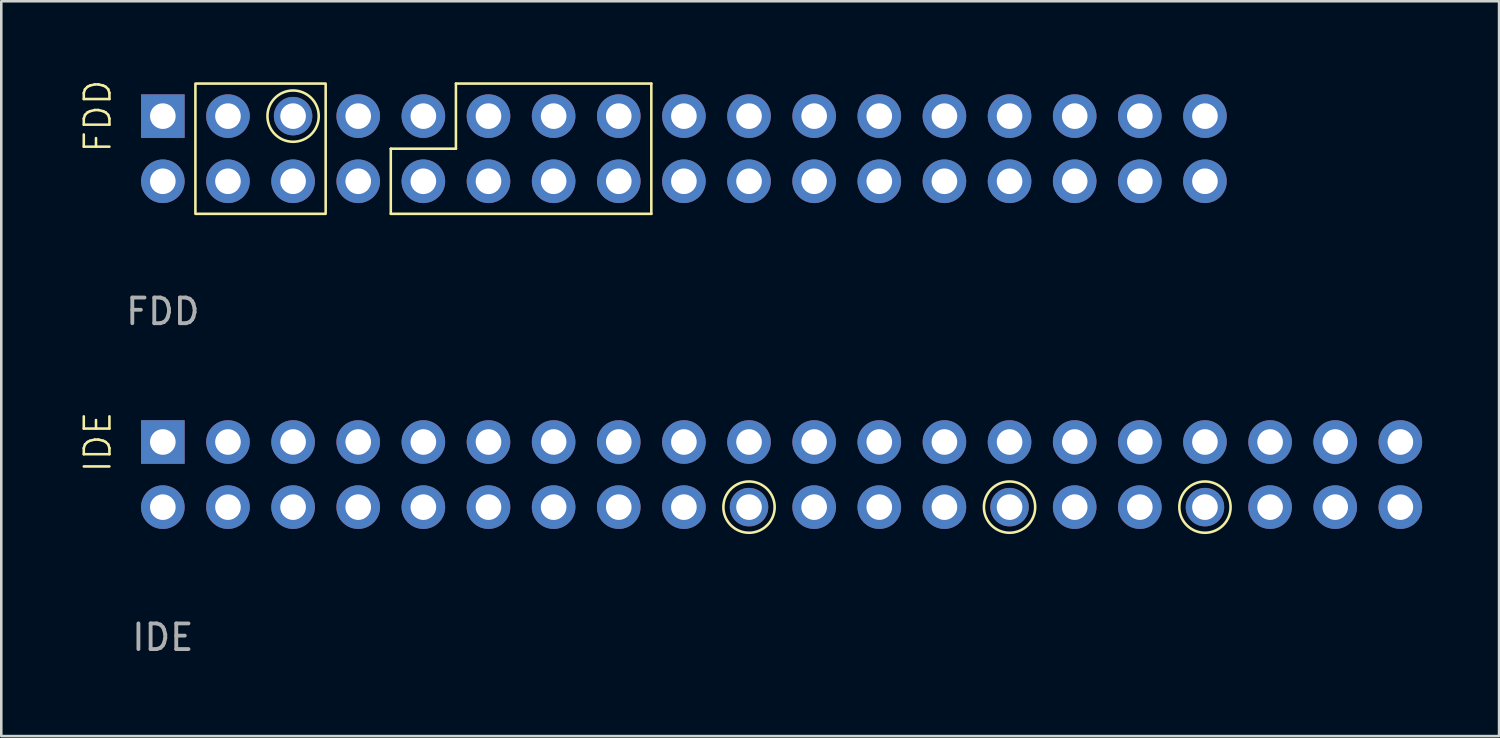
<source format=kicad_pcb>
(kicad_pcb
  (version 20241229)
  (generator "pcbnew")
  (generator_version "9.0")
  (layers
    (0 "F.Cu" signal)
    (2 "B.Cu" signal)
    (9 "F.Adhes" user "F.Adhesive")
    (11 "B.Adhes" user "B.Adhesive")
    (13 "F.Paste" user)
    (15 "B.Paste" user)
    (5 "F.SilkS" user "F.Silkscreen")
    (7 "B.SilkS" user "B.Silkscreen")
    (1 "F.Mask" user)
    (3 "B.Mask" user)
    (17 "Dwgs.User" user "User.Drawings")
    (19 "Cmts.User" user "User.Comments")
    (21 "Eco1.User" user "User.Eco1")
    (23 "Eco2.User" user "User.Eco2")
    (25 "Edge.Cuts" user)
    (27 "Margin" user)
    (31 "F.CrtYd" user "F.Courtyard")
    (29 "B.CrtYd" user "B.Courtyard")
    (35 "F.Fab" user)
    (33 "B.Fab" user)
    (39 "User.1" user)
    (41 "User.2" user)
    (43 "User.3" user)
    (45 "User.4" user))
  (footprint "IDE"
    (layer "F.Cu")
    (at 3.3 14.187)
    (property "Reference" "IDE" (at -2.54 0 90) (unlocked yes) (layer "F.SilkS") (effects (font (size 1 1) (thickness 0.1))))
    (attr through_hole)
    (fp_circle (center 22.86 2.54) (end 23.86 2.54) (stroke (width 0.1) (type default)) (fill no) (layer "F.SilkS"))
    (fp_circle (center 33.02 2.54) (end 34.02 2.54) (stroke (width 0.1) (type default)) (fill no) (layer "F.SilkS"))
    (fp_circle (center 40.64 2.54) (end 41.64 2.54) (stroke (width 0.1) (type default)) (fill no) (layer "F.SilkS"))
    (fp_text user "${REFERENCE}" (at 0 7.62 0) (unlocked yes) (layer "F.Fab") (effects (font (size 1 1) (thickness 0.15))))
    (pad "1" thru_hole rect (at 0 0) (size 1.7 1.7) (drill 1) (layers "*.Cu" "*.Mask"))
    (pad "2" thru_hole circle (at 0 2.54) (size 1.7 1.7) (drill 1) (layers "*.Cu" "*.Mask"))
    (pad "3" thru_hole circle (at 2.54 0) (size 1.7 1.7) (drill 1) (layers "*.Cu" "*.Mask"))
    (pad "4" thru_hole circle (at 2.54 2.54) (size 1.7 1.7) (drill 1) (layers "*.Cu" "*.Mask"))
    (pad "5" thru_hole circle (at 5.08 0) (size 1.7 1.7) (drill 1) (layers "*.Cu" "*.Mask"))
    (pad "6" thru_hole circle (at 5.08 2.54) (size 1.7 1.7) (drill 1) (layers "*.Cu" "*.Mask"))
    (pad "7" thru_hole circle (at 7.62 0) (size 1.7 1.7) (drill 1) (layers "*.Cu" "*.Mask"))
    (pad "8" thru_hole circle (at 7.62 2.54) (size 1.7 1.7) (drill 1) (layers "*.Cu" "*.Mask"))
    (pad "9" thru_hole circle (at 10.16 0) (size 1.7 1.7) (drill 1) (layers "*.Cu" "*.Mask"))
    (pad "10" thru_hole circle (at 10.16 2.54) (size 1.7 1.7) (drill 1) (layers "*.Cu" "*.Mask"))
    (pad "11" thru_hole circle (at 12.7 0) (size 1.7 1.7) (drill 1) (layers "*.Cu" "*.Mask"))
    (pad "12" thru_hole circle (at 12.7 2.54) (size 1.7 1.7) (drill 1) (layers "*.Cu" "*.Mask"))
    (pad "13" thru_hole circle (at 15.24 0) (size 1.7 1.7) (drill 1) (layers "*.Cu" "*.Mask"))
    (pad "14" thru_hole circle (at 15.24 2.54) (size 1.7 1.7) (drill 1) (layers "*.Cu" "*.Mask"))
    (pad "15" thru_hole circle (at 17.78 0) (size 1.7 1.7) (drill 1) (layers "*.Cu" "*.Mask"))
    (pad "16" thru_hole circle (at 17.78 2.54) (size 1.7 1.7) (drill 1) (layers "*.Cu" "*.Mask"))
    (pad "17" thru_hole circle (at 20.32 0) (size 1.7 1.7) (drill 1) (layers "*.Cu" "*.Mask"))
    (pad "18" thru_hole circle (at 20.32 2.54) (size 1.7 1.7) (drill 1) (layers "*.Cu" "*.Mask"))
    (pad "19" thru_hole circle (at 22.86 0) (size 1.7 1.7) (drill 1) (layers "*.Cu" "*.Mask"))
    (pad "20" thru_hole circle (at 22.86 2.54) (size 1.5 1.5) (drill 1) (layers "*.Cu" "*.Mask"))
    (pad "21" thru_hole circle (at 25.4 0) (size 1.7 1.7) (drill 1) (layers "*.Cu" "*.Mask"))
    (pad "22" thru_hole circle (at 25.4 2.54) (size 1.7 1.7) (drill 1) (layers "*.Cu" "*.Mask"))
    (pad "23" thru_hole circle (at 27.94 0) (size 1.7 1.7) (drill 1) (layers "*.Cu" "*.Mask"))
    (pad "24" thru_hole circle (at 27.94 2.54) (size 1.7 1.7) (drill 1) (layers "*.Cu" "*.Mask"))
    (pad "25" thru_hole circle (at 30.48 0) (size 1.7 1.7) (drill 1) (layers "*.Cu" "*.Mask"))
    (pad "26" thru_hole circle (at 30.48 2.54) (size 1.7 1.7) (drill 1) (layers "*.Cu" "*.Mask"))
    (pad "27" thru_hole circle (at 33.02 0) (size 1.7 1.7) (drill 1) (layers "*.Cu" "*.Mask"))
    (pad "28" thru_hole circle (at 33.02 2.54) (size 1.5 1.5) (drill 1) (layers "*.Cu" "*.Mask"))
    (pad "29" thru_hole circle (at 35.56 0) (size 1.7 1.7) (drill 1) (layers "*.Cu" "*.Mask"))
    (pad "30" thru_hole circle (at 35.56 2.54) (size 1.7 1.7) (drill 1) (layers "*.Cu" "*.Mask"))
    (pad "31" thru_hole circle (at 38.1 0) (size 1.7 1.7) (drill 1) (layers "*.Cu" "*.Mask"))
    (pad "32" thru_hole circle (at 38.1 2.54) (size 1.7 1.7) (drill 1) (layers "*.Cu" "*.Mask"))
    (pad "33" thru_hole circle (at 40.64 0) (size 1.7 1.7) (drill 1) (layers "*.Cu" "*.Mask"))
    (pad "34" thru_hole circle (at 40.64 2.54) (size 1.5 1.5) (drill 1) (layers "*.Cu" "*.Mask"))
    (pad "35" thru_hole circle (at 43.18 0) (size 1.7 1.7) (drill 1) (layers "*.Cu" "*.Mask"))
    (pad "36" thru_hole circle (at 43.18 2.54) (size 1.7 1.7) (drill 1) (layers "*.Cu" "*.Mask"))
    (pad "37" thru_hole circle (at 45.72 0) (size 1.7 1.7) (drill 1) (layers "*.Cu" "*.Mask"))
    (pad "38" thru_hole circle (at 45.72 2.54) (size 1.7 1.7) (drill 1) (layers "*.Cu" "*.Mask"))
    (pad "39" thru_hole circle (at 48.26 0) (size 1.7 1.7) (drill 1) (layers "*.Cu" "*.Mask"))
    (pad "40" thru_hole circle (at 48.26 2.54) (size 1.7 1.7) (drill 1) (layers "*.Cu" "*.Mask")))
  (footprint "FDD"
    (layer "F.Cu")
    (at 3.3 1.479)
    (property "Reference" "FDD" (at -2.54 0 90) (unlocked yes) (layer "F.SilkS") (effects (font (size 1 1) (thickness 0.1))))
    (attr through_hole)
    (fp_line (start 8.89 1.27) (end 8.89 3.81) (stroke (width 0.1) (type default)) (layer "F.SilkS"))
    (fp_line (start 8.89 3.81) (end 19.05 3.81) (stroke (width 0.1) (type default)) (layer "F.SilkS"))
    (fp_line (start 11.43 -1.27) (end 11.43 1.27) (stroke (width 0.1) (type default)) (layer "F.SilkS"))
    (fp_line (start 11.43 1.27) (end 8.89 1.27) (stroke (width 0.1) (type default)) (layer "F.SilkS"))
    (fp_line (start 19.05 -1.27) (end 11.43 -1.27) (stroke (width 0.1) (type default)) (layer "F.SilkS"))
    (fp_line (start 19.05 3.81) (end 19.05 -1.27) (stroke (width 0.1) (type default)) (layer "F.SilkS"))
    (fp_rect (start 1.27 -1.27) (end 6.35 3.81) (stroke (width 0.1) (type default)) (fill no) (layer "F.SilkS"))
    (fp_circle (center 5.08 0) (end 6.08 0) (stroke (width 0.1) (type default)) (fill no) (layer "F.SilkS"))
    (fp_text user "${REFERENCE}" (at 0 7.62 0) (unlocked yes) (layer "F.Fab") (effects (font (size 1 1) (thickness 0.15))))
    (pad "1" thru_hole rect (at 0 0) (size 1.7 1.7) (drill 1) (layers "*.Cu" "*.Mask"))
    (pad "2" thru_hole circle (at 0 2.54) (size 1.7 1.7) (drill 1) (layers "*.Cu" "*.Mask"))
    (pad "3" thru_hole circle (at 2.54 0) (size 1.7 1.7) (drill 1) (layers "*.Cu" "*.Mask"))
    (pad "4" thru_hole circle (at 2.54 2.54) (size 1.7 1.7) (drill 1) (layers "*.Cu" "*.Mask"))
    (pad "5" thru_hole circle (at 5.08 0) (size 1.5 1.5) (drill 1) (layers "*.Cu" "*.Mask"))
    (pad "6" thru_hole circle (at 5.08 2.54) (size 1.7 1.7) (drill 1) (layers "*.Cu" "*.Mask"))
    (pad "7" thru_hole circle (at 7.62 0) (size 1.7 1.7) (drill 1) (layers "*.Cu" "*.Mask"))
    (pad "8" thru_hole circle (at 7.62 2.54) (size 1.7 1.7) (drill 1) (layers "*.Cu" "*.Mask"))
    (pad "9" thru_hole circle (at 10.16 0) (size 1.7 1.7) (drill 1) (layers "*.Cu" "*.Mask"))
    (pad "10" thru_hole circle (at 10.16 2.54) (size 1.7 1.7) (drill 1) (layers "*.Cu" "*.Mask"))
    (pad "11" thru_hole circle (at 12.7 0) (size 1.7 1.7) (drill 1) (layers "*.Cu" "*.Mask"))
    (pad "12" thru_hole circle (at 12.7 2.54) (size 1.7 1.7) (drill 1) (layers "*.Cu" "*.Mask"))
    (pad "13" thru_hole circle (at 15.24 0) (size 1.7 1.7) (drill 1) (layers "*.Cu" "*.Mask"))
    (pad "14" thru_hole circle (at 15.24 2.54) (size 1.7 1.7) (drill 1) (layers "*.Cu" "*.Mask"))
    (pad "15" thru_hole circle (at 17.78 0) (size 1.7 1.7) (drill 1) (layers "*.Cu" "*.Mask"))
    (pad "16" thru_hole circle (at 17.78 2.54) (size 1.7 1.7) (drill 1) (layers "*.Cu" "*.Mask"))
    (pad "17" thru_hole circle (at 20.32 0) (size 1.7 1.7) (drill 1) (layers "*.Cu" "*.Mask"))
    (pad "18" thru_hole circle (at 20.32 2.54) (size 1.7 1.7) (drill 1) (layers "*.Cu" "*.Mask"))
    (pad "19" thru_hole circle (at 22.86 0) (size 1.7 1.7) (drill 1) (layers "*.Cu" "*.Mask"))
    (pad "20" thru_hole circle (at 22.86 2.54) (size 1.7 1.7) (drill 1) (layers "*.Cu" "*.Mask"))
    (pad "21" thru_hole circle (at 25.4 0) (size 1.7 1.7) (drill 1) (layers "*.Cu" "*.Mask"))
    (pad "22" thru_hole circle (at 25.4 2.54) (size 1.7 1.7) (drill 1) (layers "*.Cu" "*.Mask"))
    (pad "23" thru_hole circle (at 27.94 0) (size 1.7 1.7) (drill 1) (layers "*.Cu" "*.Mask"))
    (pad "24" thru_hole circle (at 27.94 2.54) (size 1.7 1.7) (drill 1) (layers "*.Cu" "*.Mask"))
    (pad "25" thru_hole circle (at 30.48 0) (size 1.7 1.7) (drill 1) (layers "*.Cu" "*.Mask"))
    (pad "26" thru_hole circle (at 30.48 2.54) (size 1.7 1.7) (drill 1) (layers "*.Cu" "*.Mask"))
    (pad "27" thru_hole circle (at 33.02 0) (size 1.7 1.7) (drill 1) (layers "*.Cu" "*.Mask"))
    (pad "28" thru_hole circle (at 33.02 2.54) (size 1.7 1.7) (drill 1) (layers "*.Cu" "*.Mask"))
    (pad "29" thru_hole circle (at 35.56 0) (size 1.7 1.7) (drill 1) (layers "*.Cu" "*.Mask"))
    (pad "30" thru_hole circle (at 35.56 2.54) (size 1.7 1.7) (drill 1) (layers "*.Cu" "*.Mask"))
    (pad "31" thru_hole circle (at 38.1 0) (size 1.7 1.7) (drill 1) (layers "*.Cu" "*.Mask"))
    (pad "32" thru_hole circle (at 38.1 2.54) (size 1.7 1.7) (drill 1) (layers "*.Cu" "*.Mask"))
    (pad "33" thru_hole circle (at 40.64 0) (size 1.7 1.7) (drill 1) (layers "*.Cu" "*.Mask"))
    (pad "34" thru_hole circle (at 40.64 2.54) (size 1.7 1.7) (drill 1) (layers "*.Cu" "*.Mask")))
  (gr_rect
    (start -3 -3)
    (end 55.41 25.656)
    (stroke (width 0.1) (type default))
    (fill no)
    (layer "Edge.Cuts")))
</source>
